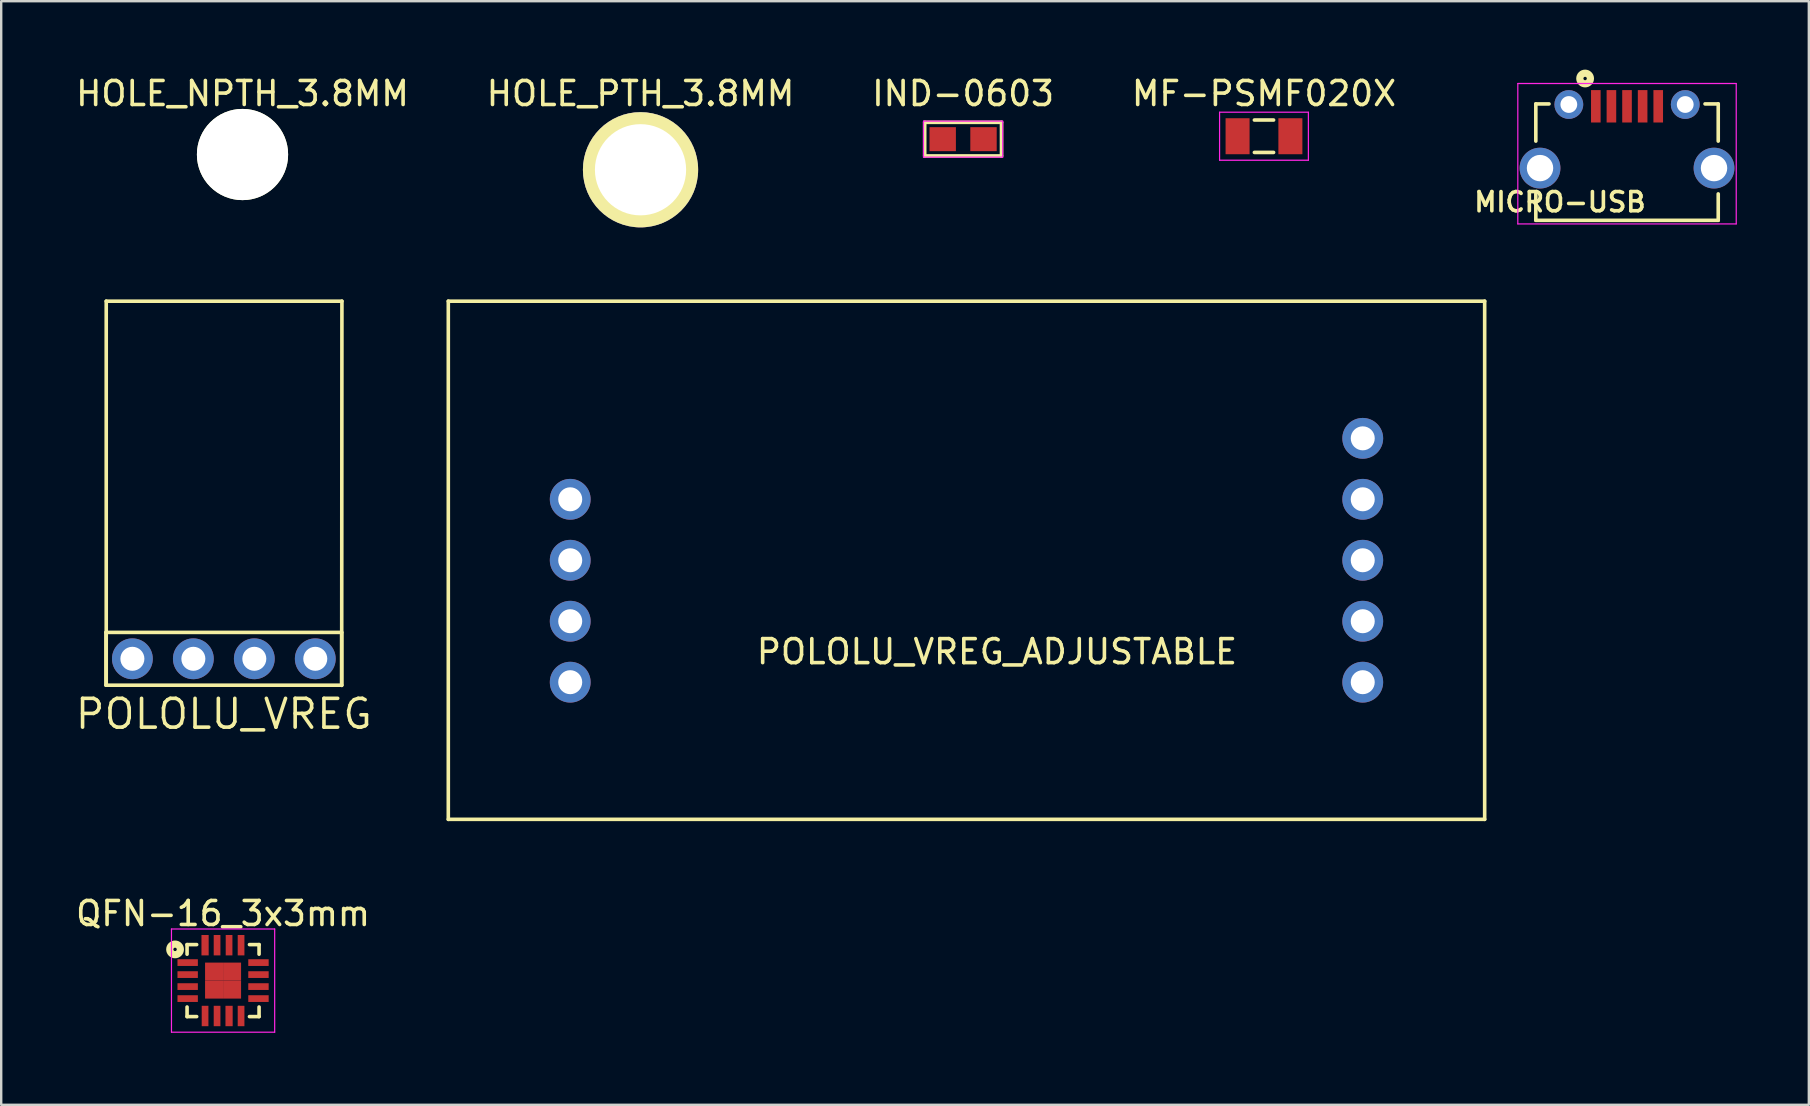
<source format=kicad_pcb>
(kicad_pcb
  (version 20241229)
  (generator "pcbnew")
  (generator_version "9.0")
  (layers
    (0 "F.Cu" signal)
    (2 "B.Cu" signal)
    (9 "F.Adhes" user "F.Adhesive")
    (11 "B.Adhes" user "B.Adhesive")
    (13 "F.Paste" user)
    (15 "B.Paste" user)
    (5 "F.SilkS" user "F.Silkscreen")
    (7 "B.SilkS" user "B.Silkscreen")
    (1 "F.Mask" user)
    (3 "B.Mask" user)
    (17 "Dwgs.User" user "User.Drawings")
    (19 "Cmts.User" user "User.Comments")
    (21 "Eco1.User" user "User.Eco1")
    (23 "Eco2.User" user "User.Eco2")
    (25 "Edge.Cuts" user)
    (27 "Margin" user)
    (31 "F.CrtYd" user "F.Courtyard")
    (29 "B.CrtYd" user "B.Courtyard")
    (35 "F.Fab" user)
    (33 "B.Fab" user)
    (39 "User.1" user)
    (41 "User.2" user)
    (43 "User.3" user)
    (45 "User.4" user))
  (footprint "HOLE_PTH_3.8MM"
    (layer "F.Cu")
    (at 23.637 4.023)
    (property "Reference" "HOLE_PTH_3.8MM" (at 0 -3.175 0) (layer "F.SilkS") (effects (font (size 1 1) (thickness 0.15))))
    (attr through_hole)
    (pad "" np_thru_hole circle (at 0 0) (size 4.8 4.8) (drill 3.8) (layers "*.Cu" "*.Mask" "F.SilkS")))
  (footprint "POLOLU_VREG_ADJUSTABLE"
    (layer "F.Cu")
    (at 38.488 21.563)
    (property "Reference" "POLOLU_VREG_ADJUSTABLE" (at 0 2.54 0) (layer "F.SilkS") (effects (font (size 1 1) (thickness 0.15))))
    (attr through_hole)
    (fp_line (start -22.86 -12.065) (end 20.32 -12.065) (stroke (width 0.15) (type solid)) (layer "F.SilkS"))
    (fp_line (start -22.86 9.525) (end -22.86 -12.065) (stroke (width 0.15) (type solid)) (layer "F.SilkS"))
    (fp_line (start 20.32 -12.065) (end 20.32 9.525) (stroke (width 0.15) (type solid)) (layer "F.SilkS"))
    (fp_line (start 20.32 9.525) (end -22.86 9.525) (stroke (width 0.15) (type solid)) (layer "F.SilkS"))
    (pad "1" thru_hole circle (at -17.78 -3.81) (size 1.7 1.7) (drill 1) (layers "*.Cu" "*.Mask"))
    (pad "1" thru_hole circle (at -17.78 -1.27) (size 1.7 1.7) (drill 1) (layers "*.Cu" "*.Mask"))
    (pad "2" thru_hole circle (at -17.78 1.27) (size 1.7 1.7) (drill 1) (layers "*.Cu" "*.Mask"))
    (pad "2" thru_hole circle (at -17.78 3.81) (size 1.7 1.7) (drill 1) (layers "*.Cu" "*.Mask"))
    (pad "2" thru_hole circle (at 15.24 1.27) (size 1.7 1.7) (drill 1) (layers "*.Cu" "*.Mask"))
    (pad "2" thru_hole circle (at 15.24 3.81) (size 1.7 1.7) (drill 1) (layers "*.Cu" "*.Mask"))
    (pad "3" thru_hole circle (at 15.24 -3.81) (size 1.7 1.7) (drill 1) (layers "*.Cu" "*.Mask"))
    (pad "3" thru_hole circle (at 15.24 -1.27) (size 1.7 1.7) (drill 1) (layers "*.Cu" "*.Mask"))
    (pad "4" thru_hole circle (at 15.24 -6.35) (size 1.7 1.7) (drill 1) (layers "*.Cu" "*.Mask")))
  (footprint "POLOLU_VREG"
    (layer "F.Cu")
    (at 6.276 24.398)
    (property "Reference" "POLOLU_VREG" (at 0 2.3 0) (layer "F.SilkS") (effects (font (size 1.2 1.2) (thickness 0.15))))
    (attr through_hole)
    (fp_line (start -4.91 -1.1) (end 4.91 -1.1) (stroke (width 0.15) (type solid)) (layer "F.SilkS"))
    (fp_line (start -4.91 1.1) (end -4.91 -1.1) (stroke (width 0.15) (type solid)) (layer "F.SilkS"))
    (fp_line (start -4.9 -14.9) (end -4.9 1.1) (stroke (width 0.15) (type solid)) (layer "F.SilkS"))
    (fp_line (start 4.91 -1.1) (end 4.91 1.1) (stroke (width 0.15) (type solid)) (layer "F.SilkS"))
    (fp_line (start 4.91 1.1) (end -4.91 1.1) (stroke (width 0.15) (type solid)) (layer "F.SilkS"))
    (fp_line (start 4.91 1.11) (end 4.92 -14.9) (stroke (width 0.15) (type solid)) (layer "F.SilkS"))
    (fp_line (start 4.92 -14.9) (end -4.9 -14.9) (stroke (width 0.15) (type solid)) (layer "F.SilkS"))
    (pad "1" thru_hole circle (at -3.81 0) (size 1.7 1.7) (drill 1) (layers "*.Cu" "*.Mask"))
    (pad "2" thru_hole circle (at -1.27 0) (size 1.7 1.7) (drill 1) (layers "*.Cu" "*.Mask"))
    (pad "3" thru_hole circle (at 1.27 0) (size 1.7 1.7) (drill 1) (layers "*.Cu" "*.Mask"))
    (pad "4" thru_hole circle (at 3.81 0) (size 1.7 1.7) (drill 1) (layers "*.Cu" "*.Mask")))
  (footprint "MICRO-USB"
    (layer "F.Cu")
    (at 64.739 2.829)
    (property "Reference" "MICRO-USB" (at -2.794 2.54 0) (layer "F.SilkS") (effects (font (size 0.8 0.8) (thickness 0.15))))
    (attr through_hole)
    (fp_line (start -3.8 -1.55) (end -3.25 -1.55) (stroke (width 0.15) (type solid)) (layer "F.SilkS"))
    (fp_line (start -3.8 0) (end -3.8 -1.55) (stroke (width 0.15) (type solid)) (layer "F.SilkS"))
    (fp_line (start -3.8 3.3) (end -3.8 2.2) (stroke (width 0.15) (type solid)) (layer "F.SilkS"))
    (fp_line (start -3.8 3.3) (end 3.8 3.3) (stroke (width 0.15) (type solid)) (layer "F.SilkS"))
    (fp_line (start 3.8 -1.55) (end 3.25 -1.55) (stroke (width 0.15) (type solid)) (layer "F.SilkS"))
    (fp_line (start 3.8 0) (end 3.8 -1.55) (stroke (width 0.15) (type solid)) (layer "F.SilkS"))
    (fp_line (start 3.8 2.2) (end 3.8 3.3) (stroke (width 0.15) (type solid)) (layer "F.SilkS"))
    (fp_circle (center -1.746 -2.608) (end -1.796 -2.658) (stroke (width 0.3) (type solid)) (fill no) (layer "F.SilkS"))
    (fp_line (start -4.55 -2.4) (end -4.55 3.45) (stroke (width 0.05) (type solid)) (layer "F.CrtYd"))
    (fp_line (start -4.55 3.45) (end 4.55 3.45) (stroke (width 0.05) (type solid)) (layer "F.CrtYd"))
    (fp_line (start 4.55 -2.4) (end -4.55 -2.4) (stroke (width 0.05) (type solid)) (layer "F.CrtYd"))
    (fp_line (start 4.55 3.45) (end 4.55 -2.4) (stroke (width 0.05) (type solid)) (layer "F.CrtYd"))
    (pad "1" smd rect (at -1.3 -1.45) (size 0.4 1.35) (layers "F.Cu" "F.Mask" "F.Paste"))
    (pad "2" smd rect (at -0.65 -1.45) (size 0.4 1.35) (layers "F.Cu" "F.Mask" "F.Paste"))
    (pad "3" smd rect (at 0 -1.45) (size 0.4 1.35) (layers "F.Cu" "F.Mask" "F.Paste"))
    (pad "4" smd rect (at 0.65 -1.45) (size 0.4 1.35) (layers "F.Cu" "F.Mask" "F.Paste"))
    (pad "5" smd rect (at 1.3 -1.45) (size 0.4 1.35) (layers "F.Cu" "F.Mask" "F.Paste"))
    (pad "6" thru_hole circle (at -2.425 -1.525) (size 1.2 1.2) (drill 0.7) (layers "*.Cu" "*.Mask" "F.Paste"))
    (pad "7" thru_hole circle (at 2.425 -1.525) (size 1.2 1.2) (drill 0.7) (layers "*.Cu" "*.Mask" "F.Paste"))
    (pad "8" thru_hole circle (at -3.625 1.125) (size 1.7 1.7) (drill oval 1.1) (layers "*.Cu" "*.Mask" "F.Paste"))
    (pad "9" thru_hole circle (at 3.625 1.125) (size 1.7 1.7) (drill oval 1.1) (layers "*.Cu" "*.Mask" "F.Paste")))
  (footprint "HOLE_NPTH_3.8MM"
    (layer "F.Cu")
    (at 7.054 3.388)
    (property "Reference" "HOLE_NPTH_3.8MM" (at 0 -2.54 0) (layer "F.SilkS") (effects (font (size 1 1) (thickness 0.15))))
    (attr through_hole)
    (pad "" np_thru_hole circle (at 0 0) (size 3.8 3.8) (drill 3.8) (layers "*.Cu" "*.Mask" "F.SilkS")))
  (footprint "MF-PSMF020X"
    (layer "F.Cu")
    (at 49.613 2.626)
    (property "Reference" "MF-PSMF020X" (at 0 -1.778 0) (layer "F.SilkS") (effects (font (size 1 1) (thickness 0.15))))
    (attr through_hole)
    (fp_line (start -0.4 -0.675) (end 0.4 -0.675) (stroke (width 0.15) (type solid)) (layer "F.SilkS"))
    (fp_line (start -0.4 0.675) (end 0.4 0.675) (stroke (width 0.15) (type solid)) (layer "F.SilkS"))
    (fp_line (start -1.85 -1) (end 1.85 -1) (stroke (width 0.05) (type solid)) (layer "F.CrtYd"))
    (fp_line (start -1.85 1) (end -1.85 -1) (stroke (width 0.05) (type solid)) (layer "F.CrtYd"))
    (fp_line (start 1.85 -1) (end 1.85 1) (stroke (width 0.05) (type solid)) (layer "F.CrtYd"))
    (fp_line (start 1.85 1) (end -1.85 1) (stroke (width 0.05) (type solid)) (layer "F.CrtYd"))
    (pad "1" smd rect (at -1.1 0) (size 1 1.5) (layers "F.Cu" "F.Mask" "F.Paste"))
    (pad "2" smd rect (at 1.1 0) (size 1 1.5) (layers "F.Cu" "F.Mask" "F.Paste")))
  (footprint "IND-0603"
    (layer "F.Cu")
    (at 37.077 2.748)
    (property "Reference" "IND-0603" (at 0 -1.9 0) (layer "F.SilkS") (effects (font (size 1 1) (thickness 0.15))))
    (attr smd)
    (fp_line (start -1.6 -0.7) (end -1.6 0.7) (stroke (width 0.15) (type solid)) (layer "F.SilkS"))
    (fp_line (start -1.6 -0.7) (end 1.6 -0.7) (stroke (width 0.15) (type solid)) (layer "F.SilkS"))
    (fp_line (start 1.6 -0.7) (end 1.6 0.7) (stroke (width 0.15) (type solid)) (layer "F.SilkS"))
    (fp_line (start 1.6 0.7) (end -1.6 0.7) (stroke (width 0.15) (type solid)) (layer "F.SilkS"))
    (fp_line (start -1.65 -0.75) (end -1.65 0.75) (stroke (width 0.05) (type solid)) (layer "F.CrtYd"))
    (fp_line (start -1.65 0.75) (end 1.65 0.75) (stroke (width 0.05) (type solid)) (layer "F.CrtYd"))
    (fp_line (start 1.65 -0.75) (end -1.65 -0.75) (stroke (width 0.05) (type solid)) (layer "F.CrtYd"))
    (fp_line (start 1.65 0.75) (end 1.65 -0.75) (stroke (width 0.05) (type solid)) (layer "F.CrtYd"))
    (pad "1" smd rect (at -0.85 0) (size 1.1 1) (layers "F.Cu" "F.Mask" "F.Paste"))
    (pad "2" smd rect (at 0.85 0) (size 1.1 1) (layers "F.Cu" "F.Mask" "F.Paste")))
  (footprint "QFN-16_3x3mm"
    (layer "F.Cu")
    (at 6.244 37.806)
    (property "Reference" "QFN-16_3x3mm" (at 0 -2.794 0) (layer "F.SilkS") (effects (font (size 1 1) (thickness 0.15))))
    (attr through_hole)
    (fp_line (start -1.5 -1.5) (end -1.5 -1.1) (stroke (width 0.15) (type solid)) (layer "F.SilkS"))
    (fp_line (start -1.5 1.1) (end -1.5 1.5) (stroke (width 0.15) (type solid)) (layer "F.SilkS"))
    (fp_line (start -1.5 1.5) (end -1.1 1.5) (stroke (width 0.15) (type solid)) (layer "F.SilkS"))
    (fp_line (start -1.1 -1.5) (end -1.5 -1.5) (stroke (width 0.15) (type solid)) (layer "F.SilkS"))
    (fp_line (start 1.1 -1.5) (end 1.5 -1.5) (stroke (width 0.15) (type solid)) (layer "F.SilkS"))
    (fp_line (start 1.1 1.5) (end 1.5 1.5) (stroke (width 0.15) (type solid)) (layer "F.SilkS"))
    (fp_line (start 1.5 -1.5) (end 1.5 -1.1) (stroke (width 0.15) (type solid)) (layer "F.SilkS"))
    (fp_line (start 1.5 1.5) (end 1.5 1.1) (stroke (width 0.15) (type solid)) (layer "F.SilkS"))
    (fp_circle (center -2 -1.3) (end -1.95 -1.25) (stroke (width 0.3) (type solid)) (fill no) (layer "F.SilkS"))
    (fp_line (start -2.15 -2.15) (end 2.15 -2.15) (stroke (width 0.05) (type solid)) (layer "F.CrtYd"))
    (fp_line (start -2.15 2.15) (end -2.15 -2.15) (stroke (width 0.05) (type solid)) (layer "F.CrtYd"))
    (fp_line (start 2.15 -2.15) (end 2.15 2.15) (stroke (width 0.05) (type solid)) (layer "F.CrtYd"))
    (fp_line (start 2.15 2.15) (end -2.15 2.15) (stroke (width 0.05) (type solid)) (layer "F.CrtYd"))
    (pad "1" smd rect (at -1.475 -0.75) (size 0.85 0.28) (layers "F.Cu" "F.Mask" "F.Paste"))
    (pad "2" smd rect (at -1.475 -0.25) (size 0.85 0.28) (layers "F.Cu" "F.Mask" "F.Paste"))
    (pad "3" smd rect (at -1.475 0.25) (size 0.85 0.28) (layers "F.Cu" "F.Mask" "F.Paste"))
    (pad "4" smd rect (at -1.475 0.75) (size 0.85 0.28) (layers "F.Cu" "F.Mask" "F.Paste"))
    (pad "5" smd rect (at -0.75 1.475 90) (size 0.85 0.28) (layers "F.Cu" "F.Mask" "F.Paste"))
    (pad "6" smd rect (at -0.25 1.475 90) (size 0.85 0.28) (layers "F.Cu" "F.Mask" "F.Paste"))
    (pad "7" smd rect (at 0.25 1.475 90) (size 0.85 0.3) (layers "F.Cu" "F.Mask" "F.Paste"))
    (pad "8" smd rect (at 0.75 1.475 90) (size 0.85 0.28) (layers "F.Cu" "F.Mask" "F.Paste"))
    (pad "9" smd rect (at 1.475 0.75) (size 0.85 0.28) (layers "F.Cu" "F.Mask" "F.Paste"))
    (pad "10" smd rect (at 1.475 0.25) (size 0.85 0.28) (layers "F.Cu" "F.Mask" "F.Paste"))
    (pad "11" smd rect (at 1.475 -0.25) (size 0.85 0.28) (layers "F.Cu" "F.Mask" "F.Paste"))
    (pad "12" smd rect (at 1.475 -0.75) (size 0.85 0.28) (layers "F.Cu" "F.Mask" "F.Paste"))
    (pad "13" smd rect (at 0.75 -1.475 90) (size 0.85 0.28) (layers "F.Cu" "F.Mask" "F.Paste"))
    (pad "14" smd rect (at 0.25 -1.475 90) (size 0.85 0.28) (layers "F.Cu" "F.Mask" "F.Paste"))
    (pad "15" smd rect (at -0.25 -1.475 90) (size 0.85 0.28) (layers "F.Cu" "F.Mask" "F.Paste"))
    (pad "16" smd rect (at -0.75 -1.475 90) (size 0.85 0.3) (layers "F.Cu" "F.Mask" "F.Paste"))
    (pad "17" smd rect (at -0.375 -0.375) (size 0.75 0.75) (layers "F.Cu" "F.Mask" "F.Paste"))
    (pad "17" smd rect (at -0.375 0.375) (size 0.75 0.75) (layers "F.Cu" "F.Mask" "F.Paste"))
    (pad "17" smd rect (at 0.375 -0.375) (size 0.75 0.75) (layers "F.Cu" "F.Mask" "F.Paste"))
    (pad "17" smd rect (at 0.375 0.375) (size 0.75 0.75) (layers "F.Cu" "F.Mask" "F.Paste")))
  (gr_rect
    (start -3 -3)
    (end 72.314 42.98)
    (stroke (width 0.1) (type default))
    (fill no)
    (layer "Edge.Cuts")))
</source>
